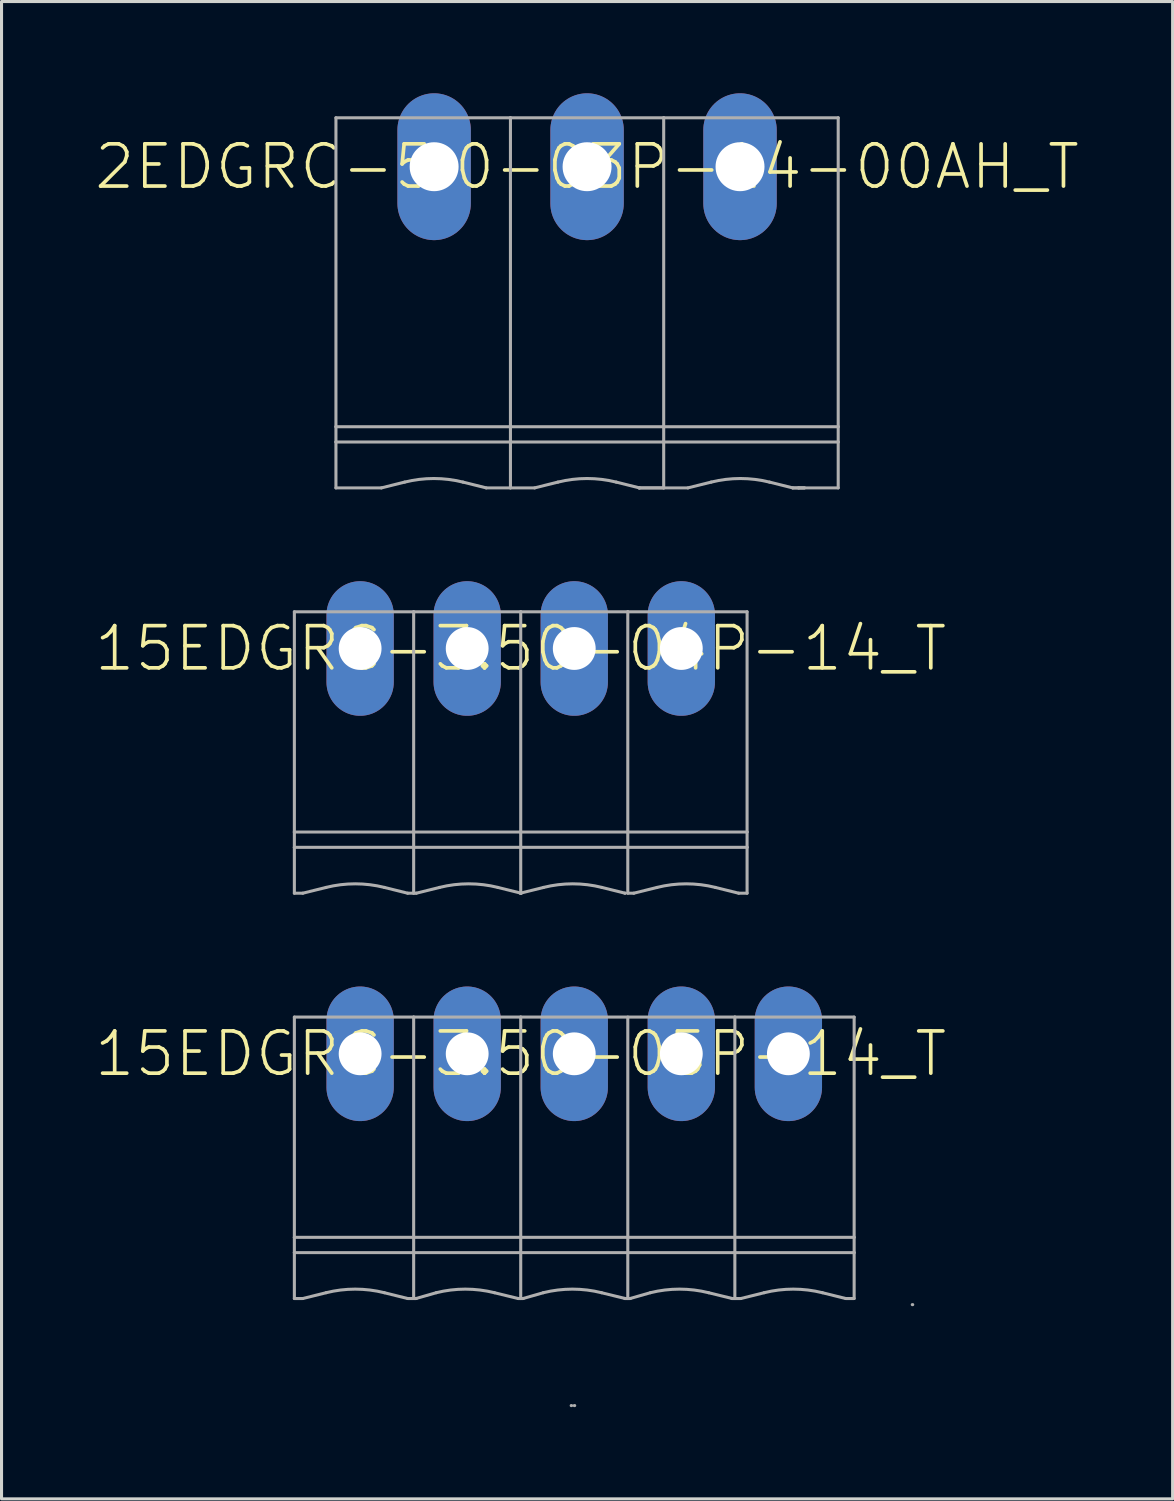
<source format=kicad_pcb>
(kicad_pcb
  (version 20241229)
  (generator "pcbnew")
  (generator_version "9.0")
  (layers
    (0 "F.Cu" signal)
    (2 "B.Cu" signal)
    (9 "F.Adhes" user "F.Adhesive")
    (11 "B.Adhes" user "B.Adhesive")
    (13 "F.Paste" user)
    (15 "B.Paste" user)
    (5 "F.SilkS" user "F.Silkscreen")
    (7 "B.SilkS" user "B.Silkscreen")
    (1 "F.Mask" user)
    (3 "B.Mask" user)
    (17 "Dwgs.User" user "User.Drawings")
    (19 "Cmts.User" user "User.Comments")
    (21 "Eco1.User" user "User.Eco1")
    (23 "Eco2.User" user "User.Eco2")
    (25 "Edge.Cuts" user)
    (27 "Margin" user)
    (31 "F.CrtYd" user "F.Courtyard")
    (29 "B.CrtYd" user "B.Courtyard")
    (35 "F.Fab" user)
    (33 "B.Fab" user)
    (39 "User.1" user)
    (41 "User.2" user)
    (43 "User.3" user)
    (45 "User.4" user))
  (footprint "15EDGRC-3.50-05P-14_T"
    (layer "F.Cu")
    (at 15.723 31.4)
    (property "Reference" "15EDGRC-3.50-05P-14_T" (at -1.75 0 0) (unlocked yes) (layer "F.SilkS") (effects (font (size 1.38 1.38) (thickness 0.12))))
    (fp_line (start -9.15 -1.2) (end -9.15 6) (stroke (width 0.1) (type solid)) (layer "F.Fab"))
    (fp_line (start -9.15 -1.2) (end -5.25 -1.2) (stroke (width 0.1) (type solid)) (layer "F.Fab"))
    (fp_line (start -9.15 6) (end -9.15 6.5) (stroke (width 0.1) (type solid)) (layer "F.Fab"))
    (fp_line (start -9.15 6) (end -5.25 6) (stroke (width 0.1) (type solid)) (layer "F.Fab"))
    (fp_line (start -9.15 6.5) (end -9.15 8) (stroke (width 0.1) (type solid)) (layer "F.Fab"))
    (fp_line (start -9.15 6.5) (end -5.25 6.5) (stroke (width 0.1) (type solid)) (layer "F.Fab"))
    (fp_line (start -9.15 8) (end -8.874 8) (stroke (width 0.1) (type solid)) (layer "F.Fab"))
    (fp_line (start -8.874 8) (end -8.113 7.811) (stroke (width 0.1) (type solid)) (layer "F.Fab"))
    (fp_line (start -5.446 8) (end -6.207 7.811) (stroke (width 0.1) (type solid)) (layer "F.Fab"))
    (fp_line (start -5.446 8) (end -5.25 8) (stroke (width 0.1) (type solid)) (layer "F.Fab"))
    (fp_line (start -5.25 -1.2) (end -1.75 -1.2) (stroke (width 0.1) (type solid)) (layer "F.Fab"))
    (fp_line (start -5.25 6) (end -5.25 -1.2) (stroke (width 0.1) (type solid)) (layer "F.Fab"))
    (fp_line (start -5.25 6) (end -1.75 6) (stroke (width 0.1) (type solid)) (layer "F.Fab"))
    (fp_line (start -5.25 6.5) (end -5.25 6) (stroke (width 0.1) (type solid)) (layer "F.Fab"))
    (fp_line (start -5.25 6.5) (end -1.75 6.5) (stroke (width 0.1) (type solid)) (layer "F.Fab"))
    (fp_line (start -5.25 8) (end -5.25 6.5) (stroke (width 0.1) (type solid)) (layer "F.Fab"))
    (fp_line (start -5.25 8) (end -5.175 8) (stroke (width 0.1) (type solid)) (layer "F.Fab"))
    (fp_line (start -5.175 8) (end -5.165 8) (stroke (width 0.1) (type solid)) (layer "F.Fab"))
    (fp_line (start -5.175 8) (end -4.513 7.811) (stroke (width 0.1) (type solid)) (layer "F.Fab"))
    (fp_line (start -1.835 8) (end -2.607 7.811) (stroke (width 0.1) (type solid)) (layer "F.Fab"))
    (fp_line (start -1.75 -1.2) (end 5.25 -1.2) (stroke (width 0.1) (type solid)) (layer "F.Fab"))
    (fp_line (start -1.75 6) (end -1.75 -1.2) (stroke (width 0.1) (type solid)) (layer "F.Fab"))
    (fp_line (start -1.75 6) (end 5.25 6) (stroke (width 0.1) (type solid)) (layer "F.Fab"))
    (fp_line (start -1.75 6.5) (end -1.75 6) (stroke (width 0.1) (type solid)) (layer "F.Fab"))
    (fp_line (start -1.75 6.5) (end 5.25 6.5) (stroke (width 0.1) (type solid)) (layer "F.Fab"))
    (fp_line (start -1.75 8) (end -1.835 8) (stroke (width 0.1) (type solid)) (layer "F.Fab"))
    (fp_line (start -1.75 8) (end -1.75 6.5) (stroke (width 0.1) (type solid)) (layer "F.Fab"))
    (fp_line (start -1.75 8) (end -1.736 8) (stroke (width 0.1) (type solid)) (layer "F.Fab"))
    (fp_line (start -1.75 8) (end -1.665 8) (stroke (width 0.1) (type solid)) (layer "F.Fab"))
    (fp_line (start -1.675 8) (end -1.012 7.811) (stroke (width 0.1) (type solid)) (layer "F.Fab"))
    (fp_line (start -0.1 11.5) (end -0.086 11.5) (stroke (width 0.1) (type solid)) (layer "F.Fab"))
    (fp_line (start 0 11.5) (end 0.015 11.5) (stroke (width 0.1) (type solid)) (layer "F.Fab"))
    (fp_line (start 1.651 8) (end 1.665 8) (stroke (width 0.1) (type solid)) (layer "F.Fab"))
    (fp_line (start 1.665 8) (end 0.892 7.811) (stroke (width 0.1) (type solid)) (layer "F.Fab"))
    (fp_line (start 1.75 8) (end 1.665 8) (stroke (width 0.1) (type solid)) (layer "F.Fab"))
    (fp_line (start 1.75 8) (end 1.75 -1.2) (stroke (width 0.1) (type solid)) (layer "F.Fab"))
    (fp_line (start 1.75 8) (end 1.764 8) (stroke (width 0.1) (type solid)) (layer "F.Fab"))
    (fp_line (start 1.75 8) (end 1.835 8) (stroke (width 0.1) (type solid)) (layer "F.Fab"))
    (fp_line (start 1.825 8) (end 2.487 7.811) (stroke (width 0.1) (type solid)) (layer "F.Fab"))
    (fp_line (start 5.151 8) (end 5.165 8) (stroke (width 0.1) (type solid)) (layer "F.Fab"))
    (fp_line (start 5.165 8) (end 4.393 7.811) (stroke (width 0.1) (type solid)) (layer "F.Fab"))
    (fp_line (start 5.25 -1.2) (end 9.15 -1.2) (stroke (width 0.1) (type solid)) (layer "F.Fab"))
    (fp_line (start 5.25 6) (end 5.25 -1.2) (stroke (width 0.1) (type solid)) (layer "F.Fab"))
    (fp_line (start 5.25 6) (end 9.15 6) (stroke (width 0.1) (type solid)) (layer "F.Fab"))
    (fp_line (start 5.25 6.5) (end 5.25 6) (stroke (width 0.1) (type solid)) (layer "F.Fab"))
    (fp_line (start 5.25 6.5) (end 9.15 6.5) (stroke (width 0.1) (type solid)) (layer "F.Fab"))
    (fp_line (start 5.25 8) (end 5.165 8) (stroke (width 0.1) (type solid)) (layer "F.Fab"))
    (fp_line (start 5.25 8) (end 5.25 6.5) (stroke (width 0.1) (type solid)) (layer "F.Fab"))
    (fp_line (start 5.25 8) (end 5.264 8) (stroke (width 0.1) (type solid)) (layer "F.Fab"))
    (fp_line (start 5.446 8) (end 5.25 8) (stroke (width 0.1) (type solid)) (layer "F.Fab"))
    (fp_line (start 5.446 8) (end 6.207 7.811) (stroke (width 0.1) (type solid)) (layer "F.Fab"))
    (fp_line (start 8.874 8) (end 8.113 7.811) (stroke (width 0.1) (type solid)) (layer "F.Fab"))
    (fp_line (start 8.874 8) (end 9.15 8) (stroke (width 0.1) (type solid)) (layer "F.Fab"))
    (fp_line (start 9.15 -1.2) (end 9.15 6) (stroke (width 0.1) (type solid)) (layer "F.Fab"))
    (fp_line (start 9.15 6) (end 9.15 6.5) (stroke (width 0.1) (type solid)) (layer "F.Fab"))
    (fp_line (start 9.15 6.5) (end 9.15 8) (stroke (width 0.1) (type solid)) (layer "F.Fab"))
    (fp_line (start 11.05 8.2) (end 11.065 8.2) (stroke (width 0.1) (type solid)) (layer "F.Fab"))
    (fp_arc (start -8.1125 7.8105) (mid -7.16 7.693242) (end -6.2075 7.8105) (stroke (width 0.1) (type solid)) (layer "F.Fab"))
    (fp_arc (start -4.5125 7.8105) (mid -3.56 7.693242) (end -2.6075 7.8105) (stroke (width 0.1) (type solid)) (layer "F.Fab"))
    (fp_arc (start -1.0125 7.8105) (mid -0.06 7.693242) (end 0.8925 7.8105) (stroke (width 0.1) (type solid)) (layer "F.Fab"))
    (fp_arc (start 2.4875 7.8105) (mid 3.44 7.693242) (end 4.3925 7.8105) (stroke (width 0.1) (type solid)) (layer "F.Fab"))
    (fp_arc (start 6.2075 7.8105) (mid 7.16 7.693242) (end 8.1125 7.8105) (stroke (width 0.1) (type solid)) (layer "F.Fab"))
    (pad "1" thru_hole oval (at -7 0 90) (size 4.4 2.2) (drill 1.4) (layers "*.Cu" "*.Mask"))
    (pad "2" thru_hole oval (at -3.5 0 90) (size 4.4 2.2) (drill 1.4) (layers "*.Cu" "*.Mask"))
    (pad "3" thru_hole oval (at 0 0 90) (size 4.4 2.2) (drill 1.4) (layers "*.Cu" "*.Mask"))
    (pad "4" thru_hole oval (at 3.5 0 90) (size 4.4 2.2) (drill 1.4) (layers "*.Cu" "*.Mask"))
    (pad "5" thru_hole oval (at 7 0 90) (size 4.4 2.2) (drill 1.4) (layers "*.Cu" "*.Mask")))
  (footprint "2EDGRC-5.0-03P-14-00AH_T"
    (layer "F.Cu")
    (at 16.142 2.4)
    (property "Reference" "2EDGRC-5.0-03P-14-00AH_T" (at 0 0 0) (unlocked yes) (layer "F.SilkS") (effects (font (size 1.38 1.38) (thickness 0.12))))
    (fp_line (start -8.21 -1.6) (end -8.21 8.5) (stroke (width 0.1) (type solid)) (layer "F.Fab"))
    (fp_line (start -8.21 -1.6) (end -2.505 -1.6) (stroke (width 0.1) (type solid)) (layer "F.Fab"))
    (fp_line (start -8.21 8.5) (end -8.21 9) (stroke (width 0.1) (type solid)) (layer "F.Fab"))
    (fp_line (start -8.21 8.5) (end -2.505 8.5) (stroke (width 0.1) (type solid)) (layer "F.Fab"))
    (fp_line (start -8.21 9) (end -8.21 10.5) (stroke (width 0.1) (type solid)) (layer "F.Fab"))
    (fp_line (start -8.21 9) (end -2.505 9) (stroke (width 0.1) (type solid)) (layer "F.Fab"))
    (fp_line (start -8.21 10.5) (end -6.724 10.5) (stroke (width 0.1) (type solid)) (layer "F.Fab"))
    (fp_line (start -6.724 10.5) (end -5.963 10.31) (stroke (width 0.1) (type solid)) (layer "F.Fab"))
    (fp_line (start -3.296 10.5) (end -4.058 10.31) (stroke (width 0.1) (type solid)) (layer "F.Fab"))
    (fp_line (start -3.296 10.5) (end -2.505 10.5) (stroke (width 0.1) (type solid)) (layer "F.Fab"))
    (fp_line (start -2.505 -1.6) (end 2.505 -1.6) (stroke (width 0.1) (type solid)) (layer "F.Fab"))
    (fp_line (start -2.505 8.5) (end -2.505 -1.6) (stroke (width 0.1) (type solid)) (layer "F.Fab"))
    (fp_line (start -2.505 8.5) (end 2.505 8.5) (stroke (width 0.1) (type solid)) (layer "F.Fab"))
    (fp_line (start -2.505 9) (end -2.505 8.5) (stroke (width 0.1) (type solid)) (layer "F.Fab"))
    (fp_line (start -2.505 9) (end 2.505 9) (stroke (width 0.1) (type solid)) (layer "F.Fab"))
    (fp_line (start -2.505 10.5) (end -2.505 9) (stroke (width 0.1) (type solid)) (layer "F.Fab"))
    (fp_line (start -2.505 10.5) (end -1.714 10.5) (stroke (width 0.1) (type solid)) (layer "F.Fab"))
    (fp_line (start -1.714 10.5) (end -0.953 10.31) (stroke (width 0.1) (type solid)) (layer "F.Fab"))
    (fp_line (start 1.7 10.5) (end 1.714 10.5) (stroke (width 0.1) (type solid)) (layer "F.Fab"))
    (fp_line (start 1.7 10.5) (end 2.505 10.5) (stroke (width 0.1) (type solid)) (layer "F.Fab"))
    (fp_line (start 1.714 10.5) (end 0.953 10.31) (stroke (width 0.1) (type solid)) (layer "F.Fab"))
    (fp_line (start 1.714 10.5) (end 2.505 10.5) (stroke (width 0.1) (type solid)) (layer "F.Fab"))
    (fp_line (start 2.505 -1.6) (end 8.21 -1.6) (stroke (width 0.1) (type solid)) (layer "F.Fab"))
    (fp_line (start 2.505 8.5) (end 2.505 -1.6) (stroke (width 0.1) (type solid)) (layer "F.Fab"))
    (fp_line (start 2.505 8.5) (end 8.21 8.5) (stroke (width 0.1) (type solid)) (layer "F.Fab"))
    (fp_line (start 2.505 9) (end 2.505 8.5) (stroke (width 0.1) (type solid)) (layer "F.Fab"))
    (fp_line (start 2.505 9) (end 8.21 9) (stroke (width 0.1) (type solid)) (layer "F.Fab"))
    (fp_line (start 2.505 10.5) (end 2.505 9) (stroke (width 0.1) (type solid)) (layer "F.Fab"))
    (fp_line (start 3.296 10.5) (end 2.505 10.5) (stroke (width 0.1) (type solid)) (layer "F.Fab"))
    (fp_line (start 3.296 10.5) (end 4.058 10.31) (stroke (width 0.1) (type solid)) (layer "F.Fab"))
    (fp_line (start 6.724 10.5) (end 5.963 10.31) (stroke (width 0.1) (type solid)) (layer "F.Fab"))
    (fp_line (start 6.724 10.5) (end 6.915 10.5) (stroke (width 0.1) (type solid)) (layer "F.Fab"))
    (fp_line (start 6.724 10.5) (end 7.106 10.5) (stroke (width 0.1) (type solid)) (layer "F.Fab"))
    (fp_line (start 6.915 10.5) (end 7.106 10.5) (stroke (width 0.1) (type solid)) (layer "F.Fab"))
    (fp_line (start 6.915 10.5) (end 8.21 10.5) (stroke (width 0.1) (type solid)) (layer "F.Fab"))
    (fp_line (start 8.21 -1.6) (end 8.21 8.5) (stroke (width 0.1) (type solid)) (layer "F.Fab"))
    (fp_line (start 8.21 8.5) (end 8.21 9) (stroke (width 0.1) (type solid)) (layer "F.Fab"))
    (fp_line (start 8.21 9) (end 8.21 10.5) (stroke (width 0.1) (type solid)) (layer "F.Fab"))
    (fp_arc (start -5.9625 10.3105) (mid -5.01 10.193242) (end -4.0575 10.3105) (stroke (width 0.1) (type solid)) (layer "F.Fab"))
    (fp_arc (start -0.9525 10.3105) (mid 0 10.193242) (end 0.9525 10.3105) (stroke (width 0.1) (type solid)) (layer "F.Fab"))
    (fp_arc (start 4.0575 10.3105) (mid 5.01 10.193242) (end 5.9625 10.3105) (stroke (width 0.1) (type solid)) (layer "F.Fab"))
    (pad "1" thru_hole oval (at -5 0 90) (size 4.8 2.4) (drill 1.6) (layers "*.Cu" "*.Mask"))
    (pad "2" thru_hole oval (at 0 0 90) (size 4.8 2.4) (drill 1.6) (layers "*.Cu" "*.Mask"))
    (pad "3" thru_hole oval (at 5 0 90) (size 4.8 2.4) (drill 1.6) (layers "*.Cu" "*.Mask")))
  (footprint "15EDGRC-3.50-04P-14_T"
    (layer "F.Cu")
    (at 13.973 18.15)
    (property "Reference" "15EDGRC-3.50-04P-14_T" (at 0 0 0) (unlocked yes) (layer "F.SilkS") (effects (font (size 1.38 1.38) (thickness 0.12))))
    (fp_line (start -7.4 -1.2) (end -7.4 6) (stroke (width 0.1) (type solid)) (layer "F.Fab"))
    (fp_line (start -7.4 -1.2) (end -3.5 -1.2) (stroke (width 0.1) (type solid)) (layer "F.Fab"))
    (fp_line (start -7.4 6) (end -7.4 6.5) (stroke (width 0.1) (type solid)) (layer "F.Fab"))
    (fp_line (start -7.4 6) (end -3.5 6) (stroke (width 0.1) (type solid)) (layer "F.Fab"))
    (fp_line (start -7.4 6.5) (end -7.4 8) (stroke (width 0.1) (type solid)) (layer "F.Fab"))
    (fp_line (start -7.4 6.5) (end -3.5 6.5) (stroke (width 0.1) (type solid)) (layer "F.Fab"))
    (fp_line (start -7.4 8) (end -7.125 8) (stroke (width 0.1) (type solid)) (layer "F.Fab"))
    (fp_line (start -7.125 8) (end -6.362 7.811) (stroke (width 0.1) (type solid)) (layer "F.Fab"))
    (fp_line (start -3.696 8) (end -4.457 7.811) (stroke (width 0.1) (type solid)) (layer "F.Fab"))
    (fp_line (start -3.696 8) (end -3.5 8) (stroke (width 0.1) (type solid)) (layer "F.Fab"))
    (fp_line (start -3.5 -1.2) (end 0 -1.2) (stroke (width 0.1) (type solid)) (layer "F.Fab"))
    (fp_line (start -3.5 6) (end -3.5 -1.2) (stroke (width 0.1) (type solid)) (layer "F.Fab"))
    (fp_line (start -3.5 6) (end 0 6) (stroke (width 0.1) (type solid)) (layer "F.Fab"))
    (fp_line (start -3.5 6.5) (end -3.5 6) (stroke (width 0.1) (type solid)) (layer "F.Fab"))
    (fp_line (start -3.5 6.5) (end 0 6.5) (stroke (width 0.1) (type solid)) (layer "F.Fab"))
    (fp_line (start -3.5 8) (end -3.5 6.5) (stroke (width 0.1) (type solid)) (layer "F.Fab"))
    (fp_line (start -3.5 8) (end -3.414 8) (stroke (width 0.1) (type solid)) (layer "F.Fab"))
    (fp_line (start -3.414 8) (end -2.652 7.811) (stroke (width 0.1) (type solid)) (layer "F.Fab"))
    (fp_line (start -0.015 8) (end 0.748 7.811) (stroke (width 0.1) (type solid)) (layer "F.Fab"))
    (fp_line (start 0 -1.2) (end 3.5 -1.2) (stroke (width 0.1) (type solid)) (layer "F.Fab"))
    (fp_line (start 0 6) (end 0 -1.2) (stroke (width 0.1) (type solid)) (layer "F.Fab"))
    (fp_line (start 0 6) (end 3.5 6) (stroke (width 0.1) (type solid)) (layer "F.Fab"))
    (fp_line (start 0 6.5) (end 0 6) (stroke (width 0.1) (type solid)) (layer "F.Fab"))
    (fp_line (start 0 6.5) (end 3.5 6.5) (stroke (width 0.1) (type solid)) (layer "F.Fab"))
    (fp_line (start 0 8) (end 0 6.5) (stroke (width 0.1) (type solid)) (layer "F.Fab"))
    (fp_line (start 0 8) (end 0.015 8) (stroke (width 0.1) (type solid)) (layer "F.Fab"))
    (fp_line (start 0.001 8) (end 0 8) (stroke (width 0.1) (type solid)) (layer "F.Fab"))
    (fp_line (start 0.015 8) (end -0.748 7.811) (stroke (width 0.1) (type solid)) (layer "F.Fab"))
    (fp_line (start 3.401 8) (end 3.414 8) (stroke (width 0.1) (type solid)) (layer "F.Fab"))
    (fp_line (start 3.414 8) (end 2.652 7.811) (stroke (width 0.1) (type solid)) (layer "F.Fab"))
    (fp_line (start 3.5 -1.2) (end 7.4 -1.2) (stroke (width 0.1) (type solid)) (layer "F.Fab"))
    (fp_line (start 3.5 6) (end 3.5 -1.2) (stroke (width 0.1) (type solid)) (layer "F.Fab"))
    (fp_line (start 3.5 6) (end 7.4 6) (stroke (width 0.1) (type solid)) (layer "F.Fab"))
    (fp_line (start 3.5 6.5) (end 3.5 6) (stroke (width 0.1) (type solid)) (layer "F.Fab"))
    (fp_line (start 3.5 6.5) (end 7.4 6.5) (stroke (width 0.1) (type solid)) (layer "F.Fab"))
    (fp_line (start 3.5 8) (end 3.5 6.5) (stroke (width 0.1) (type solid)) (layer "F.Fab"))
    (fp_line (start 3.696 8) (end 3.5 8) (stroke (width 0.1) (type solid)) (layer "F.Fab"))
    (fp_line (start 3.696 8) (end 4.457 7.811) (stroke (width 0.1) (type solid)) (layer "F.Fab"))
    (fp_line (start 7.125 8) (end 6.362 7.811) (stroke (width 0.1) (type solid)) (layer "F.Fab"))
    (fp_line (start 7.125 8) (end 7.4 8) (stroke (width 0.1) (type solid)) (layer "F.Fab"))
    (fp_line (start 7.4 -1.2) (end 7.4 6) (stroke (width 0.1) (type solid)) (layer "F.Fab"))
    (fp_line (start 7.4 6) (end 7.4 6.5) (stroke (width 0.1) (type solid)) (layer "F.Fab"))
    (fp_line (start 7.4 6.5) (end 7.4 8) (stroke (width 0.1) (type solid)) (layer "F.Fab"))
    (fp_arc (start -6.3625 7.8105) (mid -5.41 7.693242) (end -4.4575 7.8105) (stroke (width 0.1) (type solid)) (layer "F.Fab"))
    (fp_arc (start -2.6525 7.8105) (mid -1.7 7.693242) (end -0.7475 7.8105) (stroke (width 0.1) (type solid)) (layer "F.Fab"))
    (fp_arc (start 0.7475 7.8105) (mid 1.7 7.693242) (end 2.6525 7.8105) (stroke (width 0.1) (type solid)) (layer "F.Fab"))
    (fp_arc (start 4.4575 7.8105) (mid 5.41 7.693242) (end 6.3625 7.8105) (stroke (width 0.1) (type solid)) (layer "F.Fab"))
    (pad "1" thru_hole oval (at -5.25 0 90) (size 4.4 2.2) (drill 1.4) (layers "*.Cu" "*.Mask"))
    (pad "2" thru_hole oval (at -1.75 0 90) (size 4.4 2.2) (drill 1.4) (layers "*.Cu" "*.Mask"))
    (pad "3" thru_hole oval (at 1.75 0 90) (size 4.4 2.2) (drill 1.4) (layers "*.Cu" "*.Mask"))
    (pad "4" thru_hole oval (at 5.25 0 90) (size 4.4 2.2) (drill 1.4) (layers "*.Cu" "*.Mask")))
  (gr_rect
    (start -3 -3)
    (end 35.284 45.95)
    (stroke (width 0.1) (type default))
    (fill no)
    (layer "Edge.Cuts")))
</source>
